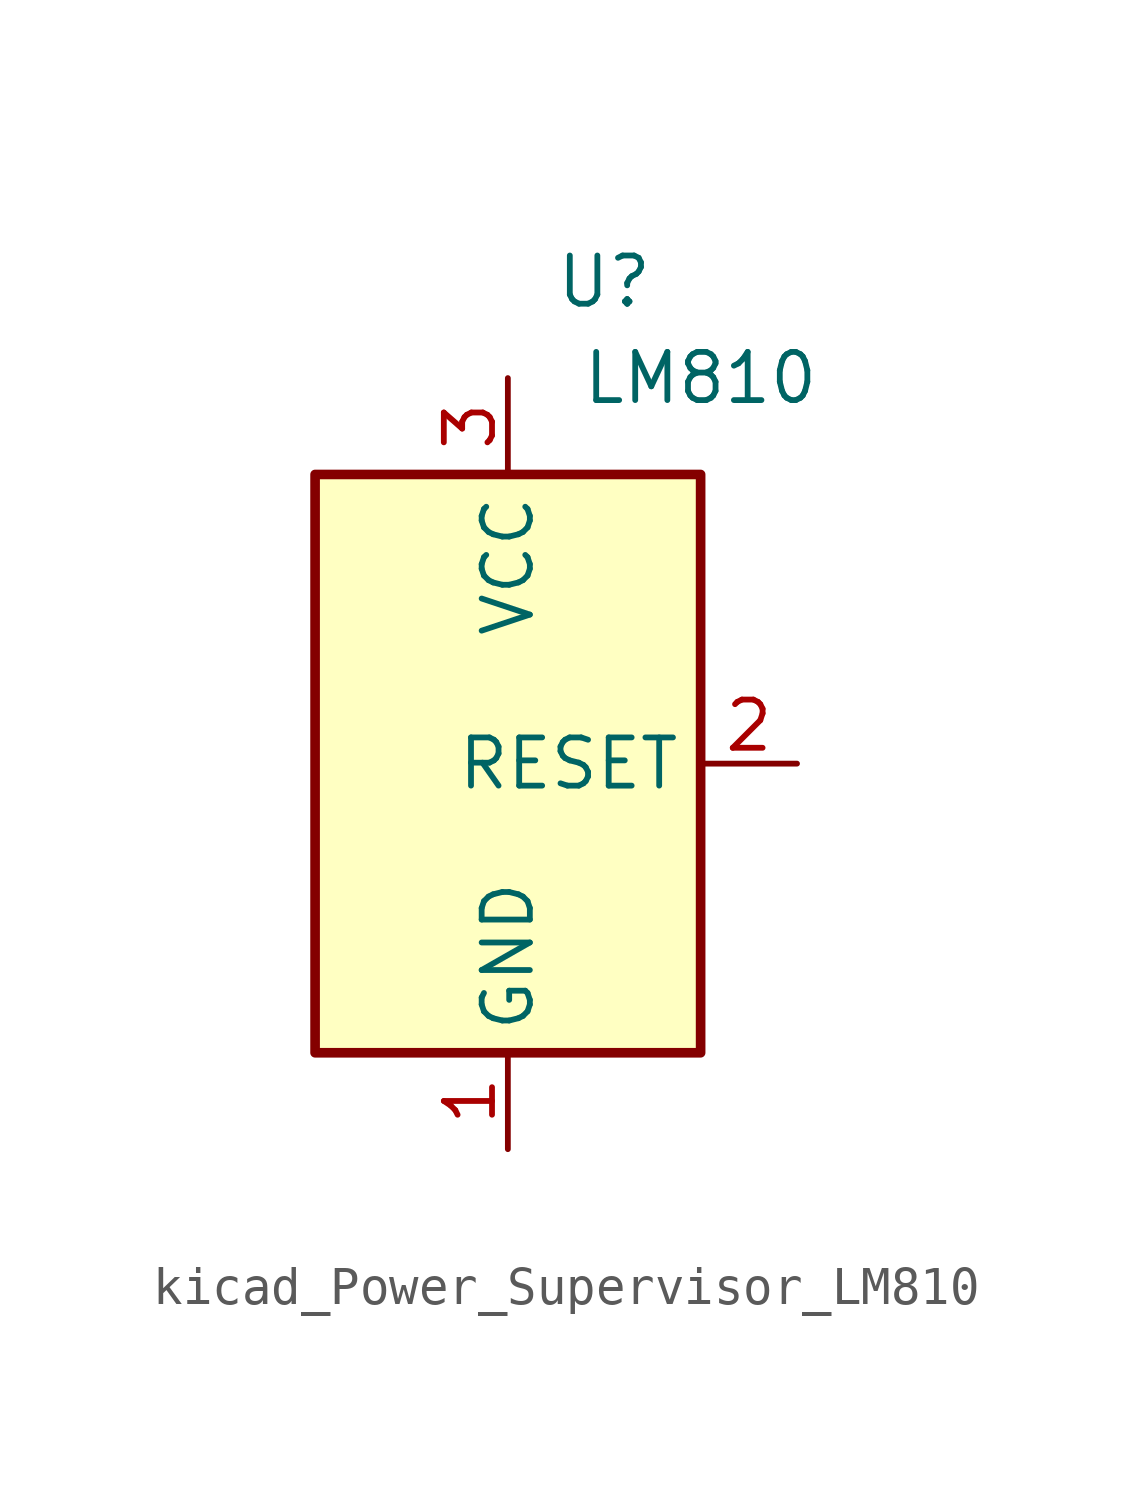
<source format=kicad_sym>
(kicad_symbol_lib
  (version 20220914)
  (generator kicad_symbol_editor)
  (symbol "kicad_Power_Supervisor_LM810"
    (property "Reference" "U"
      (at 2.54 12.7 0)
      (effects (font (size 1.27 1.27))))
    (property "Value" "LM810"
      (at 5.08 10.16 0)
      (effects (font (size 1.27 1.27))))
    (symbol "kicad_Power_Supervisor_LM810_0_1"
      (rectangle (start 5.08 7.62) (end -5.08 -7.62) (stroke (width 0.254) (type default)) (fill (type background))))
    (symbol "kicad_Power_Supervisor_LM810_1_1"
      (pin power_in line (at 0 -10.16 90) (length 2.54) (name "GND" (effects (font (size 1.27 1.27)))) (number "1" (effects (font (size 1.27 1.27)))))
      (pin output line (at 7.62 0 180) (length 2.54) (name "RESET" (effects (font (size 1.27 1.27)))) (number "2" (effects (font (size 1.27 1.27)))))
      (pin power_in line (at 0 10.16 270) (length 2.54) (name "VCC" (effects (font (size 1.27 1.27)))) (number "3" (effects (font (size 1.27 1.27))))))))
</source>
